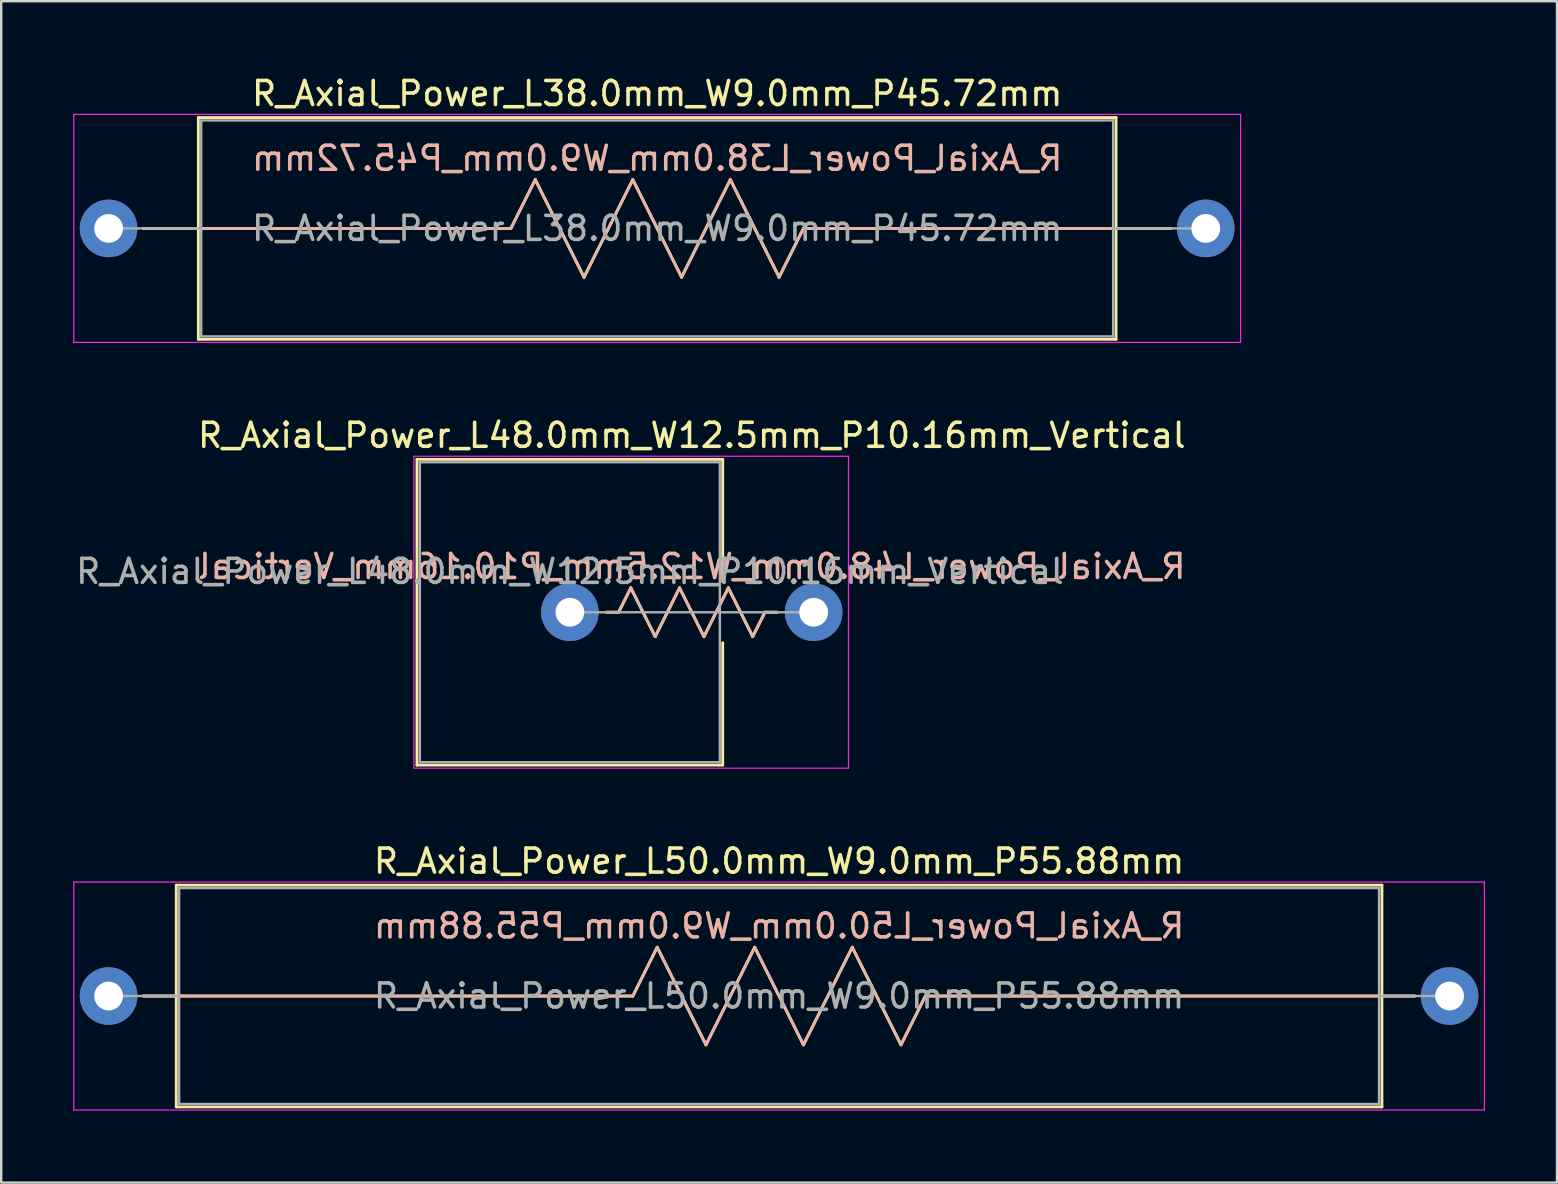
<source format=kicad_pcb>
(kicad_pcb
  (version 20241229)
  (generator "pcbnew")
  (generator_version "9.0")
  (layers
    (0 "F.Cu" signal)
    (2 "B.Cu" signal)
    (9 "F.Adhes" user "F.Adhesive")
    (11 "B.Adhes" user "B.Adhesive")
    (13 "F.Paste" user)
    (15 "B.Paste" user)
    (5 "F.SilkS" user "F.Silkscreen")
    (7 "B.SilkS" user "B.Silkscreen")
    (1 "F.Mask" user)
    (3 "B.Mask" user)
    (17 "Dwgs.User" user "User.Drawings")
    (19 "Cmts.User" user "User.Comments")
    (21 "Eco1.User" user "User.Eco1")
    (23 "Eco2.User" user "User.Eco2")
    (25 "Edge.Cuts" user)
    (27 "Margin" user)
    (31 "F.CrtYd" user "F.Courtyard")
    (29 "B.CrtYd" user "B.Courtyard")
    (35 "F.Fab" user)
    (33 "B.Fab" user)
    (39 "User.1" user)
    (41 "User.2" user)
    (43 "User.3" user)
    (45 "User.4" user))
  (footprint "R_Axial_Power_L50.0mm_W9.0mm_P55.88mm"
    (layer "F.Cu")
    (at 1.475 38.455)
    (property "Reference" "R_Axial_Power_L50.0mm_W9.0mm_P55.88mm" (at 27.94 -5.62 0) (layer "F.SilkS") (effects (font (size 1 1) (thickness 0.15))))
    (attr through_hole)
    (fp_line (start 1.44 0) (end 2.82 0) (stroke (width 0.12) (type solid)) (layer "F.SilkS"))
    (fp_line (start 2.82 -4.62) (end 2.82 4.62) (stroke (width 0.12) (type solid)) (layer "F.SilkS"))
    (fp_line (start 2.82 0) (end 21.844 0) (stroke (width 0.12) (type solid)) (layer "F.SilkS"))
    (fp_line (start 2.82 4.62) (end 53.06 4.62) (stroke (width 0.12) (type solid)) (layer "F.SilkS"))
    (fp_line (start 21.844 0) (end 22.86 -2.032) (stroke (width 0.12) (type solid)) (layer "F.SilkS"))
    (fp_line (start 22.86 -2.032) (end 24.892 2.032) (stroke (width 0.12) (type solid)) (layer "F.SilkS"))
    (fp_line (start 24.892 2.032) (end 26.924 -2.032) (stroke (width 0.12) (type solid)) (layer "F.SilkS"))
    (fp_line (start 26.924 -2.032) (end 28.956 2.032) (stroke (width 0.12) (type solid)) (layer "F.SilkS"))
    (fp_line (start 28.956 2.032) (end 30.988 -2.032) (stroke (width 0.12) (type solid)) (layer "F.SilkS"))
    (fp_line (start 30.988 -2.032) (end 33.02 2.032) (stroke (width 0.12) (type solid)) (layer "F.SilkS"))
    (fp_line (start 33.02 2.032) (end 34.036 0) (stroke (width 0.12) (type solid)) (layer "F.SilkS"))
    (fp_line (start 53.06 -4.62) (end 2.82 -4.62) (stroke (width 0.12) (type solid)) (layer "F.SilkS"))
    (fp_line (start 53.06 0) (end 34.036 0) (stroke (width 0.12) (type solid)) (layer "F.SilkS"))
    (fp_line (start 53.06 4.62) (end 53.06 -4.62) (stroke (width 0.12) (type solid)) (layer "F.SilkS"))
    (fp_line (start 54.44 0) (end 53.06 0) (stroke (width 0.12) (type solid)) (layer "F.SilkS"))
    (fp_line (start 1.46 0) (end 21.844 0) (stroke (width 0.12) (type solid)) (layer "B.SilkS"))
    (fp_line (start 21.844 0) (end 22.86 -2.032) (stroke (width 0.12) (type solid)) (layer "B.SilkS"))
    (fp_line (start 22.86 -2.032) (end 24.892 2.032) (stroke (width 0.12) (type solid)) (layer "B.SilkS"))
    (fp_line (start 24.892 2.032) (end 26.924 -2.032) (stroke (width 0.12) (type solid)) (layer "B.SilkS"))
    (fp_line (start 26.924 -2.032) (end 28.956 2.032) (stroke (width 0.12) (type solid)) (layer "B.SilkS"))
    (fp_line (start 28.956 2.032) (end 30.988 -2.032) (stroke (width 0.12) (type solid)) (layer "B.SilkS"))
    (fp_line (start 30.988 -2.032) (end 33.02 2.032) (stroke (width 0.12) (type solid)) (layer "B.SilkS"))
    (fp_line (start 33.02 2.032) (end 34.036 0) (stroke (width 0.12) (type solid)) (layer "B.SilkS"))
    (fp_line (start 34.036 0) (end 54.419 0) (stroke (width 0.12) (type solid)) (layer "B.SilkS"))
    (fp_line (start -1.45 -4.75) (end -1.45 4.75) (stroke (width 0.05) (type solid)) (layer "F.CrtYd"))
    (fp_line (start -1.45 4.75) (end 57.33 4.75) (stroke (width 0.05) (type solid)) (layer "F.CrtYd"))
    (fp_line (start 57.33 -4.75) (end -1.45 -4.75) (stroke (width 0.05) (type solid)) (layer "F.CrtYd"))
    (fp_line (start 57.33 4.75) (end 57.33 -4.75) (stroke (width 0.05) (type solid)) (layer "F.CrtYd"))
    (fp_line (start 0 0) (end 2.94 0) (stroke (width 0.1) (type solid)) (layer "F.Fab"))
    (fp_line (start 2.94 -4.5) (end 2.94 4.5) (stroke (width 0.1) (type solid)) (layer "F.Fab"))
    (fp_line (start 2.94 4.5) (end 52.94 4.5) (stroke (width 0.1) (type solid)) (layer "F.Fab"))
    (fp_line (start 52.94 -4.5) (end 2.94 -4.5) (stroke (width 0.1) (type solid)) (layer "F.Fab"))
    (fp_line (start 52.94 4.5) (end 52.94 -4.5) (stroke (width 0.1) (type solid)) (layer "F.Fab"))
    (fp_line (start 55.88 0) (end 52.94 0) (stroke (width 0.1) (type solid)) (layer "F.Fab"))
    (fp_text user "${REFERENCE}" (at 27.94 -2.921 0) (unlocked yes) (layer "B.SilkS") (effects (font (size 1 1) (thickness 0.15)) (justify mirror)))
    (fp_text user "${REFERENCE}" (at 27.94 0 0) (layer "F.Fab") (effects (font (size 1 1) (thickness 0.15))))
    (pad "1" thru_hole circle (at 0 0) (size 2.4 2.4) (drill 1.2) (layers "*.Cu" "*.Mask"))
    (pad "2" thru_hole oval (at 55.88 0) (size 2.4 2.4) (drill 1.2) (layers "*.Cu" "*.Mask")))
  (footprint "R_Axial_Power_L38.0mm_W9.0mm_P45.72mm"
    (layer "F.Cu")
    (at 1.475 6.468)
    (property "Reference" "R_Axial_Power_L38.0mm_W9.0mm_P45.72mm" (at 22.86 -5.62 0) (layer "F.SilkS") (effects (font (size 1 1) (thickness 0.15))))
    (attr through_hole)
    (fp_line (start 1.44 0) (end 3.74 0) (stroke (width 0.12) (type solid)) (layer "F.SilkS"))
    (fp_line (start 3.74 -4.62) (end 3.74 4.62) (stroke (width 0.12) (type solid)) (layer "F.SilkS"))
    (fp_line (start 3.74 0) (end 16.764 0) (stroke (width 0.12) (type solid)) (layer "F.SilkS"))
    (fp_line (start 3.74 4.62) (end 41.98 4.62) (stroke (width 0.12) (type solid)) (layer "F.SilkS"))
    (fp_line (start 16.764 0) (end 17.78 -2.032) (stroke (width 0.12) (type solid)) (layer "F.SilkS"))
    (fp_line (start 17.78 -2.032) (end 19.812 2.032) (stroke (width 0.12) (type solid)) (layer "F.SilkS"))
    (fp_line (start 19.812 2.032) (end 21.844 -2.032) (stroke (width 0.12) (type solid)) (layer "F.SilkS"))
    (fp_line (start 21.844 -2.032) (end 23.876 2.032) (stroke (width 0.12) (type solid)) (layer "F.SilkS"))
    (fp_line (start 23.876 2.032) (end 25.908 -2.032) (stroke (width 0.12) (type solid)) (layer "F.SilkS"))
    (fp_line (start 25.908 -2.032) (end 27.94 2.032) (stroke (width 0.12) (type solid)) (layer "F.SilkS"))
    (fp_line (start 27.94 2.032) (end 28.956 0) (stroke (width 0.12) (type solid)) (layer "F.SilkS"))
    (fp_line (start 41.98 -4.62) (end 3.74 -4.62) (stroke (width 0.12) (type solid)) (layer "F.SilkS"))
    (fp_line (start 41.98 0) (end 28.956 0) (stroke (width 0.12) (type solid)) (layer "F.SilkS"))
    (fp_line (start 41.98 4.62) (end 41.98 -4.62) (stroke (width 0.12) (type solid)) (layer "F.SilkS"))
    (fp_line (start 44.28 0) (end 41.98 0) (stroke (width 0.12) (type solid)) (layer "F.SilkS"))
    (fp_line (start 1.46 0) (end 16.764 0) (stroke (width 0.12) (type solid)) (layer "B.SilkS"))
    (fp_line (start 16.764 0) (end 17.78 -2.032) (stroke (width 0.12) (type solid)) (layer "B.SilkS"))
    (fp_line (start 17.78 -2.032) (end 19.812 2.032) (stroke (width 0.12) (type solid)) (layer "B.SilkS"))
    (fp_line (start 19.812 2.032) (end 21.844 -2.032) (stroke (width 0.12) (type solid)) (layer "B.SilkS"))
    (fp_line (start 21.844 -2.032) (end 23.876 2.032) (stroke (width 0.12) (type solid)) (layer "B.SilkS"))
    (fp_line (start 23.876 2.032) (end 25.908 -2.032) (stroke (width 0.12) (type solid)) (layer "B.SilkS"))
    (fp_line (start 25.908 -2.032) (end 27.94 2.032) (stroke (width 0.12) (type solid)) (layer "B.SilkS"))
    (fp_line (start 27.94 2.032) (end 28.956 0) (stroke (width 0.12) (type solid)) (layer "B.SilkS"))
    (fp_line (start 28.956 0) (end 44.26 0) (stroke (width 0.12) (type solid)) (layer "B.SilkS"))
    (fp_line (start -1.45 -4.75) (end -1.45 4.75) (stroke (width 0.05) (type solid)) (layer "F.CrtYd"))
    (fp_line (start -1.45 4.75) (end 47.17 4.75) (stroke (width 0.05) (type solid)) (layer "F.CrtYd"))
    (fp_line (start 47.17 -4.75) (end -1.45 -4.75) (stroke (width 0.05) (type solid)) (layer "F.CrtYd"))
    (fp_line (start 47.17 4.75) (end 47.17 -4.75) (stroke (width 0.05) (type solid)) (layer "F.CrtYd"))
    (fp_line (start 0 0) (end 3.86 0) (stroke (width 0.1) (type solid)) (layer "F.Fab"))
    (fp_line (start 3.86 -4.5) (end 3.86 4.5) (stroke (width 0.1) (type solid)) (layer "F.Fab"))
    (fp_line (start 3.86 4.5) (end 41.86 4.5) (stroke (width 0.1) (type solid)) (layer "F.Fab"))
    (fp_line (start 41.86 -4.5) (end 3.86 -4.5) (stroke (width 0.1) (type solid)) (layer "F.Fab"))
    (fp_line (start 41.86 4.5) (end 41.86 -4.5) (stroke (width 0.1) (type solid)) (layer "F.Fab"))
    (fp_line (start 45.72 0) (end 41.86 0) (stroke (width 0.1) (type solid)) (layer "F.Fab"))
    (fp_text user "${REFERENCE}" (at 22.86 -2.921 0) (unlocked yes) (layer "B.SilkS") (effects (font (size 1 1) (thickness 0.15)) (justify mirror)))
    (fp_text user "${REFERENCE}" (at 22.86 0 0) (layer "F.Fab") (effects (font (size 1 1) (thickness 0.15))))
    (pad "1" thru_hole circle (at 0 0) (size 2.4 2.4) (drill 1.2) (layers "*.Cu" "*.Mask"))
    (pad "2" thru_hole oval (at 45.72 0) (size 2.4 2.4) (drill 1.2) (layers "*.Cu" "*.Mask")))
  (footprint "R_Axial_Power_L48.0mm_W12.5mm_P10.16mm_Vertical"
    (layer "F.Cu")
    (at 20.696 22.462)
    (property "Reference" "R_Axial_Power_L48.0mm_W12.5mm_P10.16mm_Vertical" (at 5.08 -7.37 0) (layer "F.SilkS") (effects (font (size 1 1) (thickness 0.15))))
    (attr through_hole)
    (fp_line (start -6.37 -6.37) (end -6.37 6.37) (stroke (width 0.12) (type solid)) (layer "F.SilkS"))
    (fp_line (start -6.37 6.37) (end 6.37 6.37) (stroke (width 0.12) (type solid)) (layer "F.SilkS"))
    (fp_line (start 2.032 0) (end 1.524 0) (stroke (width 0.12) (type solid)) (layer "F.SilkS"))
    (fp_line (start 2.032 0) (end 2.54 -1.016) (stroke (width 0.12) (type solid)) (layer "F.SilkS"))
    (fp_line (start 2.54 -1.016) (end 3.556 1.016) (stroke (width 0.12) (type solid)) (layer "F.SilkS"))
    (fp_line (start 3.556 1.016) (end 4.572 -1.016) (stroke (width 0.12) (type solid)) (layer "F.SilkS"))
    (fp_line (start 4.572 -1.016) (end 5.588 1.016) (stroke (width 0.12) (type solid)) (layer "F.SilkS"))
    (fp_line (start 5.588 1.016) (end 6.604 -1.016) (stroke (width 0.12) (type solid)) (layer "F.SilkS"))
    (fp_line (start 6.37 -6.37) (end -6.37 -6.37) (stroke (width 0.12) (type solid)) (layer "F.SilkS"))
    (fp_line (start 6.37 -1.27) (end 6.37 -6.37) (stroke (width 0.12) (type solid)) (layer "F.SilkS"))
    (fp_line (start 6.37 6.37) (end 6.37 1.27) (stroke (width 0.12) (type solid)) (layer "F.SilkS"))
    (fp_line (start 6.604 -1.016) (end 7.62 1.016) (stroke (width 0.12) (type solid)) (layer "F.SilkS"))
    (fp_line (start 7.62 1.016) (end 8.128 0) (stroke (width 0.12) (type solid)) (layer "F.SilkS"))
    (fp_line (start 8.128 0) (end 8.636 0) (stroke (width 0.12) (type solid)) (layer "F.SilkS"))
    (fp_line (start 1.524 0) (end 2.032 0) (stroke (width 0.12) (type solid)) (layer "B.SilkS"))
    (fp_line (start 2.032 0) (end 2.54 -1.016) (stroke (width 0.12) (type solid)) (layer "B.SilkS"))
    (fp_line (start 2.54 -1.016) (end 3.556 1.016) (stroke (width 0.12) (type solid)) (layer "B.SilkS"))
    (fp_line (start 3.556 1.016) (end 4.572 -1.016) (stroke (width 0.12) (type solid)) (layer "B.SilkS"))
    (fp_line (start 4.572 -1.016) (end 5.588 1.016) (stroke (width 0.12) (type solid)) (layer "B.SilkS"))
    (fp_line (start 5.588 1.016) (end 6.604 -1.016) (stroke (width 0.12) (type solid)) (layer "B.SilkS"))
    (fp_line (start 6.604 -1.016) (end 7.62 1.016) (stroke (width 0.12) (type solid)) (layer "B.SilkS"))
    (fp_line (start 7.62 1.016) (end 8.128 0) (stroke (width 0.12) (type solid)) (layer "B.SilkS"))
    (fp_line (start 8.128 0) (end 8.636 0) (stroke (width 0.12) (type solid)) (layer "B.SilkS"))
    (fp_line (start -6.5 -6.5) (end -6.5 6.5) (stroke (width 0.05) (type solid)) (layer "F.CrtYd"))
    (fp_line (start -6.5 6.5) (end 11.61 6.5) (stroke (width 0.05) (type solid)) (layer "F.CrtYd"))
    (fp_line (start 11.61 -6.5) (end -6.5 -6.5) (stroke (width 0.05) (type solid)) (layer "F.CrtYd"))
    (fp_line (start 11.61 6.5) (end 11.61 -6.5) (stroke (width 0.05) (type solid)) (layer "F.CrtYd"))
    (fp_line (start -6.25 -6.25) (end -6.25 6.25) (stroke (width 0.1) (type solid)) (layer "F.Fab"))
    (fp_line (start -6.25 6.25) (end 6.25 6.25) (stroke (width 0.1) (type solid)) (layer "F.Fab"))
    (fp_line (start 0 0) (end 10.16 0) (stroke (width 0.1) (type solid)) (layer "F.Fab"))
    (fp_line (start 6.25 -6.25) (end -6.25 -6.25) (stroke (width 0.1) (type solid)) (layer "F.Fab"))
    (fp_line (start 6.25 6.25) (end 6.25 -6.25) (stroke (width 0.1) (type solid)) (layer "F.Fab"))
    (fp_text user "${REFERENCE}" (at 5.08 -1.905 0) (unlocked yes) (layer "B.SilkS") (effects (font (size 1 1) (thickness 0.15)) (justify mirror)))
    (fp_text user "${REFERENCE}" (at 0 -1.7 0) (layer "F.Fab") (effects (font (size 1 1) (thickness 0.15))))
    (pad "1" thru_hole circle (at 0 0) (size 2.4 2.4) (drill 1.2) (layers "*.Cu" "*.Mask"))
    (pad "2" thru_hole oval (at 10.16 0) (size 2.4 2.4) (drill 1.2) (layers "*.Cu" "*.Mask")))
  (gr_rect
    (start -3 -3)
    (end 61.83 46.23)
    (stroke (width 0.1) (type default))
    (fill no)
    (layer "Edge.Cuts")))
</source>
